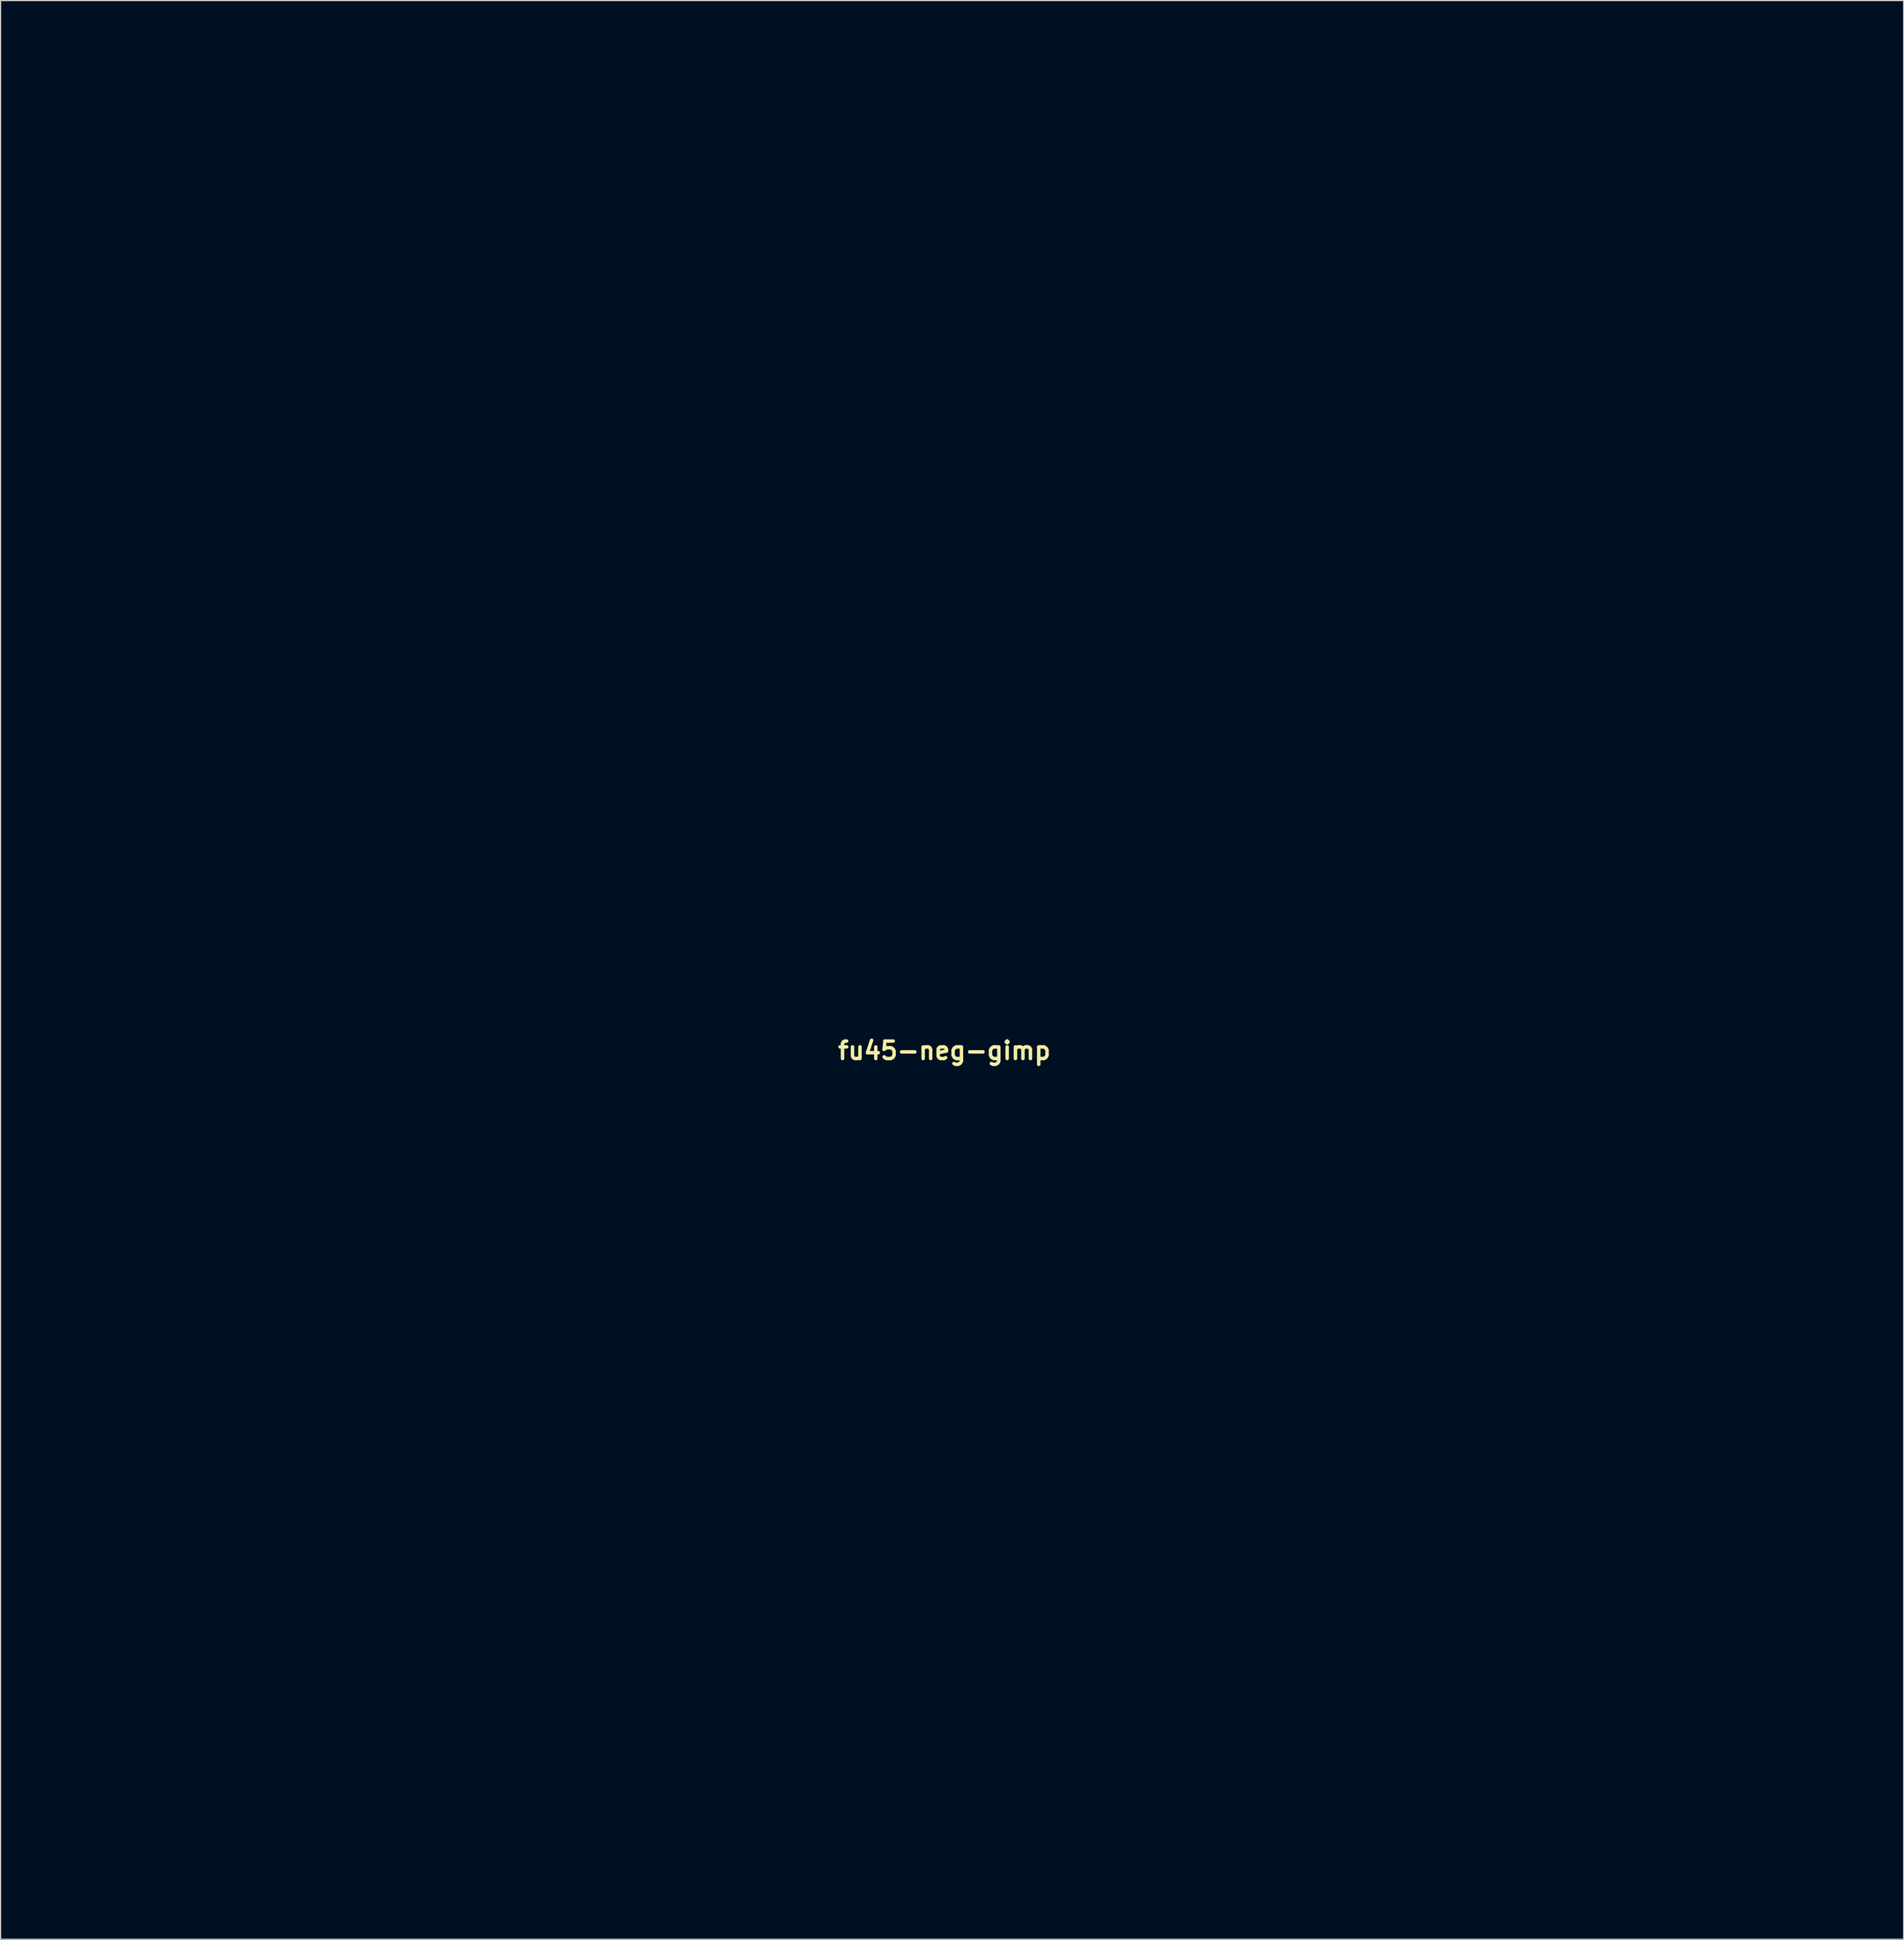
<source format=kicad_pcb>
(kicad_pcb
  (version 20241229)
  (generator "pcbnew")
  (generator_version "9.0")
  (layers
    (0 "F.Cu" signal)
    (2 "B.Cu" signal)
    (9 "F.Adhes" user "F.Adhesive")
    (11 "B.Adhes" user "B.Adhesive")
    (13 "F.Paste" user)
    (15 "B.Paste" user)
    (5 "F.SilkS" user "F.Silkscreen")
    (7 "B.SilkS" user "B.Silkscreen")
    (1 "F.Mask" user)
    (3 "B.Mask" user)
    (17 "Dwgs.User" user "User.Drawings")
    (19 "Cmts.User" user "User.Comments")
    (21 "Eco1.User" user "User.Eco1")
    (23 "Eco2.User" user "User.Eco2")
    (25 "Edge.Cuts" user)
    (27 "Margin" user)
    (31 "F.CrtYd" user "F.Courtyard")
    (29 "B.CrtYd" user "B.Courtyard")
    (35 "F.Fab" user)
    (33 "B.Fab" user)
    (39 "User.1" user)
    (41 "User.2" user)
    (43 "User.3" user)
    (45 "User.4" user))
  (footprint "fu45-neg-gimp"
    (layer "F.Cu")
    (at 79.38 88.645)
    (property "Reference" "fu45-neg-gimp" (at 0 0 0) (layer "F.SilkS") (effects (font (size 1.524 1.524) (thickness 0.3))))
    (attr through_hole)
    (fp_poly (pts (xy -59.744 0.894) (xy -59.923 1.073) (xy -60.101 0.894) (xy -59.923 0.715)) (stroke (width 0) (type solid)) (fill yes) (layer "F.Mask"))
    (fp_poly (pts (xy -59.386 -72.444) (xy -59.565 -72.265) (xy -59.744 -72.444) (xy -59.565 -72.623)) (stroke (width 0) (type solid)) (fill yes) (layer "F.Mask"))
    (fp_poly (pts (xy -56.882 -67.793) (xy -57.061 -67.614) (xy -57.239 -67.793) (xy -57.061 -67.972)) (stroke (width 0) (type solid)) (fill yes) (layer "F.Mask"))
    (fp_poly (pts (xy -56.882 -62.785) (xy -57.061 -62.606) (xy -57.239 -62.785) (xy -57.061 -62.963)) (stroke (width 0) (type solid)) (fill yes) (layer "F.Mask"))
    (fp_poly (pts (xy -51.515 -68.151) (xy -51.694 -67.972) (xy -51.873 -68.151) (xy -51.694 -68.33)) (stroke (width 0) (type solid)) (fill yes) (layer "F.Mask"))
    (fp_poly (pts (xy -44.718 -82.461) (xy -44.897 -82.282) (xy -45.076 -82.461) (xy -44.897 -82.639)) (stroke (width 0) (type solid)) (fill yes) (layer "F.Mask"))
    (fp_poly (pts (xy -38.279 -75.663) (xy -38.458 -75.485) (xy -38.637 -75.663) (xy -38.458 -75.842)) (stroke (width 0) (type solid)) (fill yes) (layer "F.Mask"))
    (fp_poly (pts (xy -34.701 -17.351) (xy -34.88 -17.172) (xy -35.059 -17.351) (xy -34.88 -17.53)) (stroke (width 0) (type solid)) (fill yes) (layer "F.Mask"))
    (fp_poly (pts (xy -20.392 -58.134) (xy -20.57 -57.955) (xy -20.749 -58.134) (xy -20.57 -58.313)) (stroke (width 0) (type solid)) (fill yes) (layer "F.Mask"))
    (fp_poly (pts (xy -19.318 -54.556) (xy -19.497 -54.377) (xy -19.676 -54.556) (xy -19.497 -54.735)) (stroke (width 0) (type solid)) (fill yes) (layer "F.Mask"))
    (fp_poly (pts (xy -9.659 21.286) (xy -9.838 21.465) (xy -10.017 21.286) (xy -9.838 21.107)) (stroke (width 0) (type solid)) (fill yes) (layer "F.Mask"))
    (fp_poly (pts (xy -6.082 -8.049) (xy -6.261 -7.87) (xy -6.439 -8.049) (xy -6.261 -8.228)) (stroke (width 0) (type solid)) (fill yes) (layer "F.Mask"))
    (fp_poly (pts (xy -2.504 -59.923) (xy -2.683 -59.744) (xy -2.862 -59.923) (xy -2.683 -60.101)) (stroke (width 0) (type solid)) (fill yes) (layer "F.Mask"))
    (fp_poly (pts (xy 24.685 -26.294) (xy 24.506 -26.115) (xy 24.327 -26.294) (xy 24.506 -26.473)) (stroke (width 0) (type solid)) (fill yes) (layer "F.Mask"))
    (fp_poly (pts (xy 38.637 30.23) (xy 38.458 30.408) (xy 38.279 30.23) (xy 38.458 30.051)) (stroke (width 0) (type solid)) (fill yes) (layer "F.Mask"))
    (fp_poly (pts (xy 39.71 -14.131) (xy 39.531 -13.952) (xy 39.352 -14.131) (xy 39.531 -14.31)) (stroke (width 0) (type solid)) (fill yes) (layer "F.Mask"))
    (fp_poly (pts (xy 46.507 -10.554) (xy 46.328 -10.375) (xy 46.149 -10.554) (xy 46.328 -10.732)) (stroke (width 0) (type solid)) (fill yes) (layer "F.Mask"))
    (fp_poly (pts (xy 50.442 -23.432) (xy 50.263 -23.254) (xy 50.085 -23.432) (xy 50.263 -23.611)) (stroke (width 0) (type solid)) (fill yes) (layer "F.Mask"))
    (fp_poly (pts (xy 51.873 8.765) (xy 51.694 8.944) (xy 51.515 8.765) (xy 51.694 8.586)) (stroke (width 0) (type solid)) (fill yes) (layer "F.Mask"))
    (fp_poly (pts (xy 55.093 -14.131) (xy 54.914 -13.952) (xy 54.735 -14.131) (xy 54.914 -14.31)) (stroke (width 0) (type solid)) (fill yes) (layer "F.Mask"))
    (fp_poly (pts (xy -69.88 -88.602) (xy -69.929 -88.389) (xy -70.118 -88.363) (xy -70.413 -88.494) (xy -70.357 -88.602) (xy -69.932 -88.645)) (stroke (width 0) (type solid)) (fill yes) (layer "F.Mask"))
    (fp_poly (pts (xy -53.066 -67.853) (xy -53.115 -67.64) (xy -53.304 -67.614) (xy -53.599 -67.745) (xy -53.543 -67.853) (xy -53.118 -67.895)) (stroke (width 0) (type solid)) (fill yes) (layer "F.Mask"))
    (fp_poly (pts (xy -46.984 9.063) (xy -46.941 9.487) (xy -46.984 9.54) (xy -47.197 9.491) (xy -47.223 9.301) (xy -47.092 9.007)) (stroke (width 0) (type solid)) (fill yes) (layer "F.Mask"))
    (fp_poly (pts (xy 18.126 -28.5) (xy 18.169 -28.076) (xy 18.126 -28.023) (xy 17.913 -28.073) (xy 17.887 -28.262) (xy 18.018 -28.556)) (stroke (width 0) (type solid)) (fill yes) (layer "F.Mask"))
    (fp_poly (pts (xy 58.193 -33.151) (xy 58.236 -32.727) (xy 58.193 -32.674) (xy 57.981 -32.723) (xy 57.955 -32.913) (xy 58.086 -33.207)) (stroke (width 0) (type solid)) (fill yes) (layer "F.Mask"))
    (fp_poly (pts (xy 80.731 -59.624) (xy 80.682 -59.412) (xy 80.493 -59.386) (xy 80.198 -59.517) (xy 80.254 -59.624) (xy 80.679 -59.667)) (stroke (width 0) (type solid)) (fill yes) (layer "F.Mask"))
    (fp_poly (pts (xy -20.396 -56.605) (xy -20.392 -56.524) (xy -20.667 -56.18) (xy -20.77 -56.166) (xy -20.984 -56.385) (xy -20.928 -56.524) (xy -20.607 -56.865) (xy -20.549 -56.882)) (stroke (width 0) (type solid)) (fill yes) (layer "F.Mask"))
    (fp_poly (pts (xy 4.64 -59.114) (xy 4.651 -59.028) (xy 4.378 -58.681) (xy 4.293 -58.67) (xy 3.946 -58.943) (xy 3.935 -59.028) (xy 4.207 -59.376) (xy 4.293 -59.386)) (stroke (width 0) (type solid)) (fill yes) (layer "F.Mask"))
    (fp_poly (pts (xy 17.172 0.894) (xy 17.513 1.216) (xy 17.53 1.273) (xy 17.253 1.427) (xy 17.172 1.431) (xy 16.828 1.156) (xy 16.814 1.052) (xy 17.033 0.838)) (stroke (width 0) (type solid)) (fill yes) (layer "F.Mask"))
    (fp_poly (pts (xy 21.461 -54.101) (xy 21.465 -54.02) (xy 21.19 -53.676) (xy 21.086 -53.662) (xy 20.872 -53.881) (xy 20.928 -54.02) (xy 21.25 -54.361) (xy 21.307 -54.377)) (stroke (width 0) (type solid)) (fill yes) (layer "F.Mask"))
    (fp_poly (pts (xy 28.616 49.646) (xy 28.62 49.727) (xy 28.345 50.071) (xy 28.241 50.085) (xy 28.027 49.865) (xy 28.083 49.727) (xy 28.405 49.385) (xy 28.462 49.369)) (stroke (width 0) (type solid)) (fill yes) (layer "F.Mask"))
    (fp_poly (pts (xy -78.386 5.752) (xy -78.15 7.004) (xy -78.012 7.87) (xy -77.736 9.437) (xy -77.341 11.376) (xy -76.893 13.368) (xy -76.682 14.24) (xy -76.306 15.851) (xy -76.068 17.084) (xy -75.967 17.88) (xy -76.004 18.178) (xy -76.178 17.921) (xy -76.489 17.05) (xy -76.69 16.386) (xy -77.676 12.518) (xy -78.346 8.845) (xy -78.528 7.334) (xy -78.642 5.92) (xy -78.647 5.195) (xy -78.557 5.144)) (stroke (width 0) (type solid)) (fill yes) (layer "F.Mask"))
    (fp_poly (pts (xy -79.002 -11.977) (xy -78.953 -10.899) (xy -78.916 -9.319) (xy -78.89 -7.308) (xy -78.88 -4.937) (xy -78.88 -4.74) (xy -78.88 -2.232) (xy -78.884 0.023) (xy -78.89 1.932) (xy -78.898 3.402) (xy -78.908 4.339) (xy -78.918 4.651) (xy -78.974 4.327) (xy -79.077 3.483) (xy -79.19 2.452) (xy -79.285 1.079) (xy -79.348 -0.791) (xy -79.379 -2.981) (xy -79.38 -5.312) (xy -79.352 -7.608) (xy -79.295 -9.689) (xy -79.21 -11.379) (xy -79.12 -12.342) (xy -79.058 -12.482)) (stroke (width 0) (type solid)) (fill yes) (layer "F.Mask"))
    (fp_poly (pts (xy -34.701 -29.693) (xy -42.534 -29.693) (xy -45.13 -29.687) (xy -47.098 -29.666) (xy -48.526 -29.624) (xy -49.502 -29.554) (xy -50.112 -29.45) (xy -50.444 -29.307) (xy -50.583 -29.127) (xy -50.689 -28.505) (xy -50.767 -27.398) (xy -50.8 -26.033) (xy -50.8 -25.907) (xy -50.8 -23.254) (xy -43.198 -23.254) (xy -35.596 -23.255) (xy -35.824 -16.456) (xy -50.83 -16.456) (xy -50.782 -10.285) (xy -50.734 -4.114) (xy -54.709 -4.013) (xy -56.58 -3.988) (xy -57.832 -4.033) (xy -58.56 -4.154) (xy -58.856 -4.36) (xy -58.86 -4.371) (xy -58.895 -4.814) (xy -58.923 -5.899) (xy -58.944 -7.548) (xy -58.959 -9.688) (xy -58.965 -12.244) (xy -58.964 -15.139) (xy -58.954 -18.3) (xy -58.943 -20.57) (xy -58.849 -36.311) (xy -46.775 -36.405) (xy -34.701 -36.5)) (stroke (width 0) (type solid)) (fill yes) (layer "F.Mask"))
    (fp_poly (pts (xy -42.289 4.636) (xy -42.234 6.012) (xy -42.274 6.885) (xy -42.537 7.362) (xy -43.15 7.553) (xy -44.241 7.567) (xy -45.666 7.519) (xy -46.75 7.546) (xy -47.509 7.675) (xy -47.709 7.79) (xy -47.761 8.217) (xy -47.811 9.269) (xy -47.857 10.853) (xy -47.897 12.878) (xy -47.929 15.253) (xy -47.95 17.886) (xy -47.954 18.748) (xy -47.976 22.053) (xy -48.014 24.69) (xy -48.07 26.705) (xy -48.146 28.145) (xy -48.244 29.055) (xy -48.366 29.484) (xy -48.415 29.529) (xy -48.961 29.621) (xy -50.003 29.724) (xy -51.321 29.816) (xy -51.404 29.821) (xy -52.818 29.867) (xy -53.664 29.797) (xy -54.085 29.593) (xy -54.177 29.442) (xy -54.227 28.963) (xy -54.273 27.862) (xy -54.313 26.233) (xy -54.345 24.168) (xy -54.366 21.762) (xy -54.377 19.107) (xy -54.377 18.231) (xy -54.377 7.543) (xy -59.921 7.334) (xy -60.005 5.187) (xy -60.075 3.921) (xy -60.169 2.88) (xy -60.24 2.415) (xy -60.221 1.889) (xy -60.068 1.782) (xy -59.633 1.78) (xy -58.585 1.777) (xy -57.026 1.775) (xy -55.058 1.772) (xy -52.783 1.769) (xy -51.068 1.768) (xy -42.393 1.76)) (stroke (width 0) (type solid)) (fill yes) (layer "F.Mask"))
    (fp_poly (pts (xy 3.512 12.432) (xy 3.478 15.476) (xy 3.443 17.895) (xy 3.4 19.779) (xy 3.343 21.218) (xy 3.263 22.301) (xy 3.154 23.12) (xy 3.009 23.763) (xy 2.82 24.322) (xy 2.581 24.886) (xy 2.519 25.025) (xy 1.17 27.233) (xy -0.621 28.886) (xy -2.825 29.973) (xy -5.416 30.48) (xy -8.367 30.392) (xy -8.486 30.377) (xy -10.514 29.844) (xy -12.447 28.865) (xy -14.023 27.583) (xy -14.441 27.091) (xy -14.985 26.345) (xy -15.42 25.642) (xy -15.759 24.894) (xy -16.013 24.013) (xy -16.196 22.909) (xy -16.32 21.495) (xy -16.397 19.681) (xy -16.44 17.379) (xy -16.461 14.5) (xy -16.467 12.59) (xy -16.498 1.968) (xy -10.33 1.968) (xy -10.363 11.666) (xy -10.359 14.455) (xy -10.33 16.96) (xy -10.279 19.091) (xy -10.208 20.758) (xy -10.121 21.869) (xy -10.043 22.29) (xy -9.286 23.364) (xy -8.09 24.102) (xy -6.672 24.458) (xy -5.247 24.385) (xy -4.031 23.837) (xy -3.791 23.627) (xy -3.576 23.385) (xy -3.405 23.084) (xy -3.272 22.643) (xy -3.172 21.98) (xy -3.098 21.012) (xy -3.043 19.66) (xy -3.003 17.84) (xy -2.969 15.471) (xy -2.938 12.472) (xy -2.936 12.333) (xy -2.831 1.789) (xy 3.625 1.789)) (stroke (width 0) (type solid)) (fill yes) (layer "F.Mask"))
    (fp_poly (pts (xy -24.506 -36.311) (xy -24.327 -24.668) (xy -24.272 -21.288) (xy -24.213 -18.549) (xy -24.138 -16.376) (xy -24.036 -14.694) (xy -23.894 -13.429) (xy -23.702 -12.505) (xy -23.446 -11.849) (xy -23.115 -11.384) (xy -22.697 -11.037) (xy -22.18 -10.732) (xy -22.106 -10.693) (xy -21.083 -10.386) (xy -19.661 -10.249) (xy -18.11 -10.276) (xy -16.697 -10.461) (xy -15.69 -10.797) (xy -15.625 -10.837) (xy -15.139 -11.174) (xy -14.747 -11.534) (xy -14.435 -11.993) (xy -14.194 -12.627) (xy -14.013 -13.512) (xy -13.879 -14.726) (xy -13.782 -16.344) (xy -13.71 -18.442) (xy -13.653 -21.097) (xy -13.599 -24.384) (xy -13.594 -24.685) (xy -13.415 -36.311) (xy -5.545 -36.311) (xy -5.545 -11.985) (xy -6.574 -9.954) (xy -7.324 -8.66) (xy -8.175 -7.464) (xy -8.72 -6.848) (xy -10.739 -5.359) (xy -13.228 -4.24) (xy -16.025 -3.524) (xy -18.972 -3.245) (xy -21.905 -3.437) (xy -23.554 -3.781) (xy -24.678 -4.026) (xy -25.538 -4.111) (xy -25.846 -4.06) (xy -26.065 -4.045) (xy -26.007 -4.179) (xy -26.15 -4.54) (xy -26.779 -4.997) (xy -27.004 -5.113) (xy -29.115 -6.493) (xy -30.736 -8.361) (xy -30.824 -8.501) (xy -31.272 -9.288) (xy -31.636 -10.109) (xy -31.924 -11.046) (xy -32.146 -12.18) (xy -32.309 -13.593) (xy -32.422 -15.367) (xy -32.494 -17.583) (xy -32.534 -20.324) (xy -32.549 -23.67) (xy -32.551 -24.965) (xy -32.555 -36.514)) (stroke (width 0) (type solid)) (fill yes) (layer "F.Mask"))
    (fp_poly (pts (xy 48.059 1.983) (xy 50.097 2.026) (xy 51.832 2.091) (xy 53.121 2.174) (xy 53.759 2.254) (xy 55.411 2.944) (xy 56.848 4.183) (xy 57.895 5.808) (xy 58.104 6.335) (xy 58.449 7.882) (xy 58.621 9.801) (xy 58.616 11.811) (xy 58.433 13.633) (xy 58.156 14.769) (xy 57.233 16.796) (xy 56.037 18.328) (xy 54.476 19.425) (xy 52.454 20.147) (xy 49.878 20.554) (xy 49.039 20.621) (xy 45.454 20.855) (xy 45.355 25.308) (xy 45.255 29.76) (xy 42.448 29.816) (xy 41.111 29.816) (xy 40.081 29.766) (xy 39.541 29.677) (xy 39.505 29.651) (xy 39.474 29.255) (xy 39.444 28.223) (xy 39.416 26.634) (xy 39.392 24.566) (xy 39.371 22.099) (xy 39.355 19.31) (xy 39.345 16.281) (xy 39.344 15.699) (xy 39.338 12.173) (xy 45.486 12.173) (xy 45.499 13.577) (xy 45.547 14.573) (xy 45.605 14.956) (xy 45.868 15.23) (xy 46.478 15.337) (xy 47.586 15.293) (xy 48.134 15.243) (xy 49.459 15.06) (xy 50.574 14.809) (xy 51.162 14.582) (xy 51.773 13.842) (xy 52.211 12.629) (xy 52.432 11.17) (xy 52.388 9.698) (xy 52.262 9.058) (xy 51.906 8.068) (xy 51.361 7.471) (xy 50.376 7) (xy 50.322 6.979) (xy 48.914 6.619) (xy 47.434 6.495) (xy 47.198 6.505) (xy 45.613 6.618) (xy 45.51 10.531) (xy 45.486 12.173) (xy 39.338 12.173) (xy 39.32 1.968) (xy 45.865 1.968)) (stroke (width 0) (type solid)) (fill yes) (layer "F.Mask"))
    (fp_poly (pts (xy -32.437 1.852) (xy -25.163 1.968) (xy -23.761 3.04) (xy -22.881 3.64) (xy -22.204 3.97) (xy -22.001 3.994) (xy -21.819 4.035) (xy -21.88 4.112) (xy -21.869 4.537) (xy -21.6 5.396) (xy -21.24 6.26) (xy -20.365 8.873) (xy -20.106 11.464) (xy -20.371 13.485) (xy -21.003 15.177) (xy -21.935 16.655) (xy -23.022 17.711) (xy -23.469 17.969) (xy -24.114 18.448) (xy -24.327 18.901) (xy -24.177 19.411) (xy -23.767 20.424) (xy -23.157 21.804) (xy -22.403 23.414) (xy -22.228 23.779) (xy -21.219 25.853) (xy -20.503 27.366) (xy -20.08 28.41) (xy -19.95 29.077) (xy -20.115 29.459) (xy -20.575 29.648) (xy -21.33 29.737) (xy -22.268 29.807) (xy -23.574 29.924) (xy -24.573 29.971) (xy -25.347 29.873) (xy -25.975 29.553) (xy -26.539 28.932) (xy -27.119 27.936) (xy -27.795 26.487) (xy -28.647 24.507) (xy -29.22 23.164) (xy -29.965 21.546) (xy -30.599 20.502) (xy -31.219 19.922) (xy -31.921 19.694) (xy -32.253 19.676) (xy -33.27 19.676) (xy -33.27 24.517) (xy -33.291 26.643) (xy -33.357 28.13) (xy -33.475 29.051) (xy -33.651 29.48) (xy -33.718 29.524) (xy -34.298 29.627) (xy -35.316 29.716) (xy -36.556 29.782) (xy -37.804 29.817) (xy -38.847 29.815) (xy -39.468 29.766) (xy -39.548 29.735) (xy -39.584 29.354) (xy -39.617 28.335) (xy -39.646 26.756) (xy -39.671 24.696) (xy -39.691 22.232) (xy -39.704 19.443) (xy -39.71 16.406) (xy -39.71 15.655) (xy -39.71 10.852) (xy -33.628 10.852) (xy -33.601 12.338) (xy -33.528 13.548) (xy -33.423 14.308) (xy -33.36 14.467) (xy -32.895 14.58) (xy -31.918 14.622) (xy -30.627 14.587) (xy -30.448 14.577) (xy -29.018 14.455) (xy -28.112 14.271) (xy -27.538 13.966) (xy -27.168 13.567) (xy -26.416 12.007) (xy -26.339 10.276) (xy -26.475 9.652) (xy -26.873 8.676) (xy -27.487 8.045) (xy -28.46 7.69) (xy -29.931 7.542) (xy -30.856 7.524) (xy -33.628 7.513) (xy -33.628 10.852) (xy -39.71 10.852) (xy -39.71 1.736)) (stroke (width 0) (type solid)) (fill yes) (layer "F.Mask"))
    (fp_poly (pts (xy 15.204 -37.113) (xy 18.361 -36.667) (xy 21.104 -35.694) (xy 23.545 -34.154) (xy 23.79 -33.955) (xy 24.812 -32.996) (xy 25.828 -31.851) (xy 26.709 -30.689) (xy 27.326 -29.683) (xy 27.546 -29.021) (xy 27.249 -28.733) (xy 26.469 -28.239) (xy 25.378 -27.627) (xy 24.145 -26.985) (xy 22.941 -26.401) (xy 21.936 -25.964) (xy 21.301 -25.762) (xy 21.243 -25.758) (xy 20.799 -26.043) (xy 20.749 -26.264) (xy 20.487 -26.863) (xy 19.816 -27.704) (xy 18.907 -28.611) (xy 17.931 -29.407) (xy 17.281 -29.815) (xy 16.057 -30.169) (xy 14.503 -30.255) (xy 12.952 -30.08) (xy 11.77 -29.675) (xy 10.683 -28.846) (xy 9.551 -27.644) (xy 8.619 -26.352) (xy 8.227 -25.577) (xy 7.88 -24.184) (xy 7.666 -22.337) (xy 7.59 -20.285) (xy 7.657 -18.278) (xy 7.875 -16.565) (xy 8.01 -16.001) (xy 8.491 -14.747) (xy 9.147 -13.539) (xy 9.871 -12.523) (xy 10.556 -11.844) (xy 11.096 -11.649) (xy 11.181 -11.683) (xy 11.389 -11.687) (xy 11.314 -11.521) (xy 11.362 -11.066) (xy 11.994 -10.667) (xy 13.081 -10.375) (xy 14.492 -10.24) (xy 14.663 -10.237) (xy 16.285 -10.364) (xy 17.629 -10.854) (xy 18.882 -11.808) (xy 20.166 -13.25) (xy 20.948 -14.192) (xy 21.466 -14.651) (xy 21.878 -14.723) (xy 22.312 -14.519) (xy 22.995 -14.122) (xy 24.083 -13.509) (xy 25.356 -12.806) (xy 25.493 -12.731) (xy 27.912 -11.409) (xy 26.873 -9.908) (xy 24.688 -7.32) (xy 22.144 -5.349) (xy 19.249 -3.999) (xy 17.787 -3.585) (xy 15.963 -3.331) (xy 13.82 -3.278) (xy 11.7 -3.421) (xy 10.017 -3.732) (xy 7.004 -4.897) (xy 4.481 -6.578) (xy 2.459 -8.763) (xy 1.428 -10.435) (xy 0.53 -12.296) (xy -0.084 -13.966) (xy -0.463 -15.669) (xy -0.655 -17.629) (xy -0.712 -20.07) (xy -0.712 -20.135) (xy -0.566 -23.425) (xy -0.108 -26.146) (xy 0.682 -28.383) (xy 1.53 -29.833) (xy 1.914 -30.463) (xy 1.871 -30.645) (xy 1.77 -30.6) (xy 1.616 -30.593) (xy 1.887 -30.961) (xy 2.479 -31.599) (xy 3.283 -32.401) (xy 4.196 -33.264) (xy 5.111 -34.082) (xy 5.923 -34.751) (xy 6.086 -34.875) (xy 8.345 -36.122) (xy 11.049 -36.888) (xy 14.095 -37.146)) (stroke (width 0) (type solid)) (fill yes) (layer "F.Mask"))
    (fp_poly (pts (xy 32.913 15.729) (xy 32.906 18.813) (xy 32.887 21.662) (xy 32.857 24.2) (xy 32.818 26.35) (xy 32.771 28.036) (xy 32.718 29.179) (xy 32.66 29.704) (xy 32.644 29.729) (xy 31.46 29.835) (xy 30.162 29.873) (xy 29.05 29.842) (xy 28.519 29.77) (xy 28.303 29.693) (xy 28.136 29.535) (xy 28.016 29.214) (xy 27.937 28.648) (xy 27.895 27.756) (xy 27.886 26.456) (xy 27.905 24.667) (xy 27.949 22.306) (xy 27.995 20.067) (xy 28.04 17.466) (xy 28.059 15.273) (xy 28.052 13.551) (xy 28.02 12.362) (xy 27.964 11.768) (xy 27.891 11.806) (xy 27.701 12.619) (xy 27.399 13.959) (xy 27.023 15.651) (xy 26.611 17.522) (xy 26.531 17.887) (xy 25.983 20.367) (xy 25.495 22.492) (xy 24.999 24.543) (xy 24.428 26.803) (xy 23.938 28.691) (xy 23.593 30.015) (xy 21.051 29.866) (xy 19.773 29.769) (xy 18.802 29.653) (xy 18.334 29.541) (xy 18.324 29.534) (xy 18.171 29.114) (xy 17.944 28.188) (xy 17.692 26.954) (xy 17.687 26.928) (xy 17.388 25.475) (xy 16.972 23.638) (xy 16.509 21.727) (xy 16.306 20.928) (xy 15.829 18.978) (xy 15.355 16.865) (xy 14.963 14.947) (xy 14.854 14.349) (xy 14.588 12.958) (xy 14.337 11.853) (xy 14.141 11.212) (xy 14.092 11.129) (xy 14.038 11.411) (xy 14.007 12.318) (xy 13.998 13.759) (xy 14.012 15.642) (xy 14.048 17.879) (xy 14.103 20.282) (xy 14.35 29.653) (xy 13.167 29.848) (xy 11.915 29.967) (xy 10.614 29.958) (xy 9.489 29.836) (xy 8.766 29.618) (xy 8.643 29.514) (xy 8.589 29.087) (xy 8.54 28.025) (xy 8.496 26.408) (xy 8.459 24.318) (xy 8.431 21.833) (xy 8.412 19.035) (xy 8.405 16.005) (xy 8.405 15.562) (xy 8.407 1.968) (xy 12.771 1.867) (xy 17.135 1.767) (xy 17.375 3.119) (xy 17.537 3.921) (xy 17.831 5.269) (xy 18.223 7.011) (xy 18.679 8.999) (xy 19 10.375) (xy 19.461 12.388) (xy 19.858 14.204) (xy 20.162 15.691) (xy 20.346 16.712) (xy 20.388 17.082) (xy 20.513 17.711) (xy 20.716 17.887) (xy 20.893 18.177) (xy 20.842 18.692) (xy 20.775 19.225) (xy 20.882 19.282) (xy 21.065 18.85) (xy 21.364 17.85) (xy 21.748 16.414) (xy 22.184 14.674) (xy 22.643 12.761) (xy 23.092 10.807) (xy 23.5 8.946) (xy 23.836 7.307) (xy 24.068 6.024) (xy 24.124 5.644) (xy 24.303 4.744) (xy 24.441 4.293) (xy 24.648 3.519) (xy 24.756 2.862) (xy 24.826 2.474) (xy 25.008 2.215) (xy 25.43 2.054) (xy 26.217 1.961) (xy 27.496 1.904) (xy 28.888 1.866) (xy 32.913 1.765)) (stroke (width 0) (type solid)) (fill yes) (layer "F.Mask"))
    (fp_poly (pts (xy 55.875 -36.464) (xy 57.331 -36.393) (xy 58.364 -36.287) (xy 58.832 -36.156) (xy 58.841 -36.146) (xy 58.675 -35.79) (xy 58.088 -34.999) (xy 57.151 -33.861) (xy 55.933 -32.459) (xy 54.507 -30.881) (xy 54.331 -30.69) (xy 52.822 -29.055) (xy 51.442 -27.558) (xy 50.281 -26.295) (xy 49.425 -25.361) (xy 48.963 -24.853) (xy 48.954 -24.842) (xy 48.57 -24.346) (xy 48.538 -23.924) (xy 48.892 -23.318) (xy 49.22 -22.874) (xy 49.936 -21.809) (xy 50.712 -20.495) (xy 51.054 -19.855) (xy 51.597 -18.841) (xy 52.035 -18.115) (xy 52.215 -17.887) (xy 52.564 -17.43) (xy 52.693 -17.172) (xy 53.001 -16.571) (xy 53.538 -15.618) (xy 53.919 -14.97) (xy 54.611 -13.796) (xy 55.471 -12.32) (xy 56.312 -10.859) (xy 56.314 -10.856) (xy 57 -9.679) (xy 57.559 -8.761) (xy 57.891 -8.265) (xy 57.924 -8.228) (xy 58.194 -7.838) (xy 58.677 -7.011) (xy 59.14 -6.168) (xy 59.685 -5.066) (xy 59.867 -4.429) (xy 59.718 -4.129) (xy 59.655 -4.099) (xy 59.115 -4.032) (xy 58.026 -3.994) (xy 56.553 -3.989) (xy 55.084 -4.012) (xy 51.006 -4.114) (xy 50.194 -5.366) (xy 49.611 -6.242) (xy 49.164 -6.877) (xy 49.087 -6.976) (xy 48.745 -7.576) (xy 48.71 -7.692) (xy 48.589 -7.987) (xy 48.277 -8.581) (xy 47.74 -9.539) (xy 46.942 -10.921) (xy 45.846 -12.791) (xy 44.422 -15.204) (xy 43.749 -16.291) (xy 43.191 -17.102) (xy 42.865 -17.468) (xy 42.86 -17.471) (xy 42.726 -17.828) (xy 42.792 -18.007) (xy 42.67 -17.956) (xy 42.157 -17.472) (xy 41.347 -16.646) (xy 40.857 -16.131) (xy 38.698 -13.838) (xy 38.451 -10.225) (xy 38.353 -8.591) (xy 38.29 -7.143) (xy 38.27 -6.083) (xy 38.282 -5.721) (xy 38.332 -4.925) (xy 38.238 -4.41) (xy 37.877 -4.114) (xy 37.126 -3.977) (xy 35.863 -3.937) (xy 34.69 -3.935) (xy 32.849 -3.969) (xy 31.654 -4.075) (xy 31.039 -4.261) (xy 30.93 -4.382) (xy 30.896 -4.824) (xy 30.869 -5.905) (xy 30.848 -7.553) (xy 30.835 -9.691) (xy 30.828 -12.244) (xy 30.83 -15.138) (xy 30.84 -18.298) (xy 30.852 -20.57) (xy 30.945 -36.311) (xy 34.312 -36.415) (xy 36.084 -36.425) (xy 37.353 -36.339) (xy 38.024 -36.163) (xy 38.068 -36.128) (xy 38.235 -35.604) (xy 38.37 -34.45) (xy 38.466 -32.752) (xy 38.515 -30.658) (xy 38.541 -28.342) (xy 38.575 -26.671) (xy 38.643 -25.575) (xy 38.772 -24.983) (xy 38.986 -24.824) (xy 39.313 -25.028) (xy 39.777 -25.525) (xy 40.217 -26.031) (xy 41.127 -27.065) (xy 42.314 -28.402) (xy 43.573 -29.815) (xy 44.072 -30.373) (xy 45.062 -31.524) (xy 45.813 -32.49) (xy 46.233 -33.145) (xy 46.282 -33.346) (xy 46.31 -33.574) (xy 46.391 -33.563) (xy 46.78 -33.753) (xy 47.485 -34.333) (xy 48.164 -34.985) (xy 49.643 -36.49) (xy 54.135 -36.49)) (stroke (width 0) (type solid)) (fill yes) (layer "F.Mask"))
    (fp_poly (pts (xy 2.087 -84.127) (xy 4.334 -84.092) (xy 6.186 -84.02) (xy 7.803 -83.899) (xy 9.344 -83.72) (xy 10.969 -83.471) (xy 12.342 -83.231) (xy 17.023 -82.281) (xy 21.461 -81.178) (xy 25.541 -79.955) (xy 29.15 -78.648) (xy 32.174 -77.29) (xy 32.551 -77.095) (xy 33.244 -76.737) (xy 34.396 -76.153) (xy 35.824 -75.434) (xy 36.848 -74.921) (xy 38.395 -74.122) (xy 39.816 -73.339) (xy 40.915 -72.684) (xy 41.353 -72.386) (xy 42.124 -71.848) (xy 42.647 -71.563) (xy 42.71 -71.549) (xy 43.198 -71.324) (xy 44.125 -70.701) (xy 45.395 -69.756) (xy 46.913 -68.569) (xy 48.583 -67.216) (xy 50.311 -65.776) (xy 52 -64.326) (xy 53.555 -62.944) (xy 54.881 -61.707) (xy 55.295 -61.3) (xy 56.525 -60.039) (xy 57.853 -58.62) (xy 59.169 -57.169) (xy 60.361 -55.812) (xy 61.317 -54.673) (xy 61.927 -53.879) (xy 62.038 -53.703) (xy 62.439 -53.119) (xy 62.609 -52.946) (xy 63.181 -52.342) (xy 64.014 -51.218) (xy 65.038 -49.688) (xy 66.182 -47.866) (xy 67.375 -45.864) (xy 68.547 -43.798) (xy 69.627 -41.781) (xy 69.953 -41.141) (xy 72.049 -36.737) (xy 73.781 -32.544) (xy 75.217 -28.352) (xy 76.427 -23.952) (xy 77.478 -19.134) (xy 77.879 -16.993) (xy 78.16 -14.903) (xy 78.368 -12.267) (xy 78.503 -9.248) (xy 78.565 -6.009) (xy 78.554 -2.712) (xy 78.471 0.479) (xy 78.315 3.401) (xy 78.087 5.893) (xy 77.877 7.334) (xy 76.799 12.686) (xy 75.585 17.508) (xy 74.177 21.978) (xy 72.519 26.277) (xy 70.551 30.585) (xy 70.145 31.404) (xy 69.433 32.888) (xy 68.888 34.149) (xy 68.566 35.046) (xy 68.516 35.428) (xy 68.441 35.736) (xy 68.24 35.775) (xy 67.827 36.056) (xy 67.166 36.802) (xy 66.383 37.869) (xy 66.169 38.189) (xy 61.69 44.466) (xy 56.894 50.101) (xy 51.78 55.097) (xy 46.347 59.454) (xy 43.187 61.601) (xy 42.149 62.239) (xy 40.804 63.031) (xy 39.285 63.903) (xy 37.723 64.782) (xy 36.25 65.595) (xy 34.998 66.267) (xy 34.098 66.726) (xy 33.682 66.899) (xy 33.681 66.899) (xy 33.238 67.045) (xy 32.345 67.428) (xy 31.193 67.966) (xy 31.154 67.985) (xy 28.06 69.311) (xy 24.41 70.584) (xy 20.363 71.758) (xy 16.078 72.788) (xy 11.716 73.632) (xy 10.017 73.901) (xy 7.586 74.181) (xy 4.677 74.389) (xy 1.526 74.517) (xy -1.634 74.559) (xy -4.566 74.509) (xy -6.976 74.367) (xy -8.772 74.175) (xy -10.817 73.911) (xy -12.929 73.602) (xy -14.924 73.277) (xy -16.623 72.965) (xy -17.841 72.694) (xy -18.066 72.631) (xy -18.923 72.384) (xy -20.22 72.023) (xy -21.704 71.62) (xy -22.001 71.54) (xy -26.209 70.271) (xy -30.13 68.811) (xy -32.1 67.944) (xy -33.237 67.422) (xy -34.095 67.047) (xy -34.494 66.899) (xy -34.497 66.899) (xy -34.866 66.728) (xy -35.67 66.279) (xy -36.736 65.65) (xy -36.741 65.647) (xy -37.866 65.01) (xy -38.794 64.56) (xy -39.309 64.395) (xy -39.85 64.197) (xy -40.741 63.686) (xy -41.546 63.142) (xy -42.512 62.476) (xy -43.244 62.021) (xy -43.537 61.89) (xy -44.022 61.679) (xy -44.935 61.105) (xy -46.15 60.255) (xy -47.541 59.217) (xy -48.691 58.314) (xy -49.958 57.296) (xy -51.239 56.265) (xy -52.117 55.558) (xy -54.799 53.177) (xy -57.636 50.26) (xy -58.876 48.832) (xy -30.11 48.832) (xy -27.934 50.365) (xy -26.881 51.159) (xy -26.108 51.839) (xy -25.763 52.276) (xy -25.758 52.309) (xy -25.849 52.855) (xy -26.086 53.849) (xy -26.344 54.811) (xy -26.623 55.945) (xy -26.756 56.782) (xy -26.729 57.103) (xy -26.367 57.005) (xy -25.606 56.557) (xy -24.608 55.854) (xy -24.558 55.816) (xy -22.587 54.329) (xy -21.579 54.971) (xy -20.837 55.467) (xy -20.403 55.8) (xy -20.392 55.813) (xy -19.889 56.267) (xy -19.177 56.806) (xy -18.488 57.267) (xy -18.055 57.486) (xy -18.011 57.482) (xy -18.052 57.106) (xy -18.284 56.254) (xy -18.602 55.275) (xy -18.986 54.058) (xy -19.246 53.044) (xy -19.318 52.556) (xy -19.028 52.018) (xy -18.239 51.241) (xy -17.115 50.376) (xy -14.913 48.832) (xy -6.53 48.832) (xy -4.364 50.511) (xy -2.199 52.189) (xy -2.844 54.319) (xy -3.223 55.508) (xy -3.554 56.437) (xy -3.733 56.845) (xy -3.829 57.208) (xy -3.397 57.12) (xy -2.459 56.589) (xy -1.296 55.808) (xy -0.271 55.1) (xy 0.494 54.588) (xy 0.842 54.378) (xy 0.846 54.377) (xy 1.159 54.574) (xy 1.886 55.09) (xy 2.866 55.811) (xy 3.873 56.495) (xy 4.665 56.908) (xy 5.072 56.962) (xy 5.072 56.961) (xy 5.11 56.498) (xy 4.912 55.6) (xy 4.645 54.808) (xy 4.251 53.655) (xy 4.002 52.701) (xy 3.955 52.317) (xy 4.258 51.807) (xy 5.052 51.078) (xy 6.191 50.263) (xy 8.407 48.832) (xy 5.459 48.729) (xy 4.255 48.677) (xy 16.635 48.677) (xy 17.458 49.363) (xy 18.239 49.798) (xy 18.889 49.854) (xy 19.264 49.776) (xy 19.018 50.002) (xy 18.85 50.311) (xy 19.21 50.726) (xy 19.823 51.138) (xy 20.617 51.687) (xy 21.068 52.113) (xy 21.107 52.204) (xy 20.998 52.664) (xy 20.716 53.583) (xy 20.392 54.556) (xy 19.901 56.055) (xy 19.721 56.928) (xy 19.91 57.216) (xy 20.523 56.958) (xy 21.617 56.196) (xy 22.131 55.812) (xy 23.167 55.065) (xy 23.92 54.705) (xy 24.6 54.748) (xy 25.415 55.209) (xy 26.574 56.102) (xy 26.612 56.132) (xy 27.679 56.936) (xy 28.314 57.257) (xy 28.554 57.052) (xy 28.435 56.279) (xy 27.993 54.896) (xy 27.904 54.642) (xy 27.522 53.507) (xy 27.263 52.64) (xy 27.189 52.289) (xy 27.462 51.924) (xy 28.162 51.342) (xy 28.709 50.955) (xy 30.095 50.019) (xy 30.89 49.405) (xy 31.095 49.035) (xy 30.711 48.833) (xy 29.739 48.719) (xy 28.75 48.654) (xy 25.937 48.475) (xy 25.005 45.804) (xy 24.073 43.133) (xy 22.434 48.654) (xy 16.635 48.677) (xy 4.255 48.677) (xy 4.01 48.667) (xy 3.122 48.572) (xy 2.641 48.393) (xy 2.412 48.075) (xy 2.299 47.655) (xy 2.003 46.509) (xy 1.63 45.341) (xy 1.249 44.331) (xy 0.926 43.661) (xy 0.74 43.502) (xy 0.542 43.92) (xy 0.21 44.83) (xy -0.186 46.038) (xy -0.201 46.087) (xy -0.944 48.475) (xy -6.53 48.832) (xy -14.913 48.832) (xy -17.82 48.729) (xy -20.728 48.625) (xy -21.584 45.911) (xy -22.005 44.702) (xy -22.372 43.868) (xy -22.625 43.544) (xy -22.67 43.569) (xy -22.887 44.082) (xy -23.232 45.066) (xy -23.623 46.283) (xy -24.347 48.625) (xy -30.11 48.832) (xy -58.876 48.832) (xy -60.522 46.937) (xy -63.349 43.337) (xy -66.01 39.59) (xy -68.398 35.825) (xy -68.41 35.806) (xy -69.618 33.664) (xy -70.86 31.27) (xy -72.077 28.76) (xy -73.209 26.268) (xy -74.194 23.929) (xy -74.973 21.877) (xy -75.486 20.248) (xy -75.619 19.665) (xy -75.709 19.06) (xy -75.672 18.889) (xy -75.484 19.201) (xy -75.122 20.045) (xy -74.561 21.469) (xy -73.879 23.254) (xy -73.153 25.069) (xy -72.241 27.201) (xy -71.285 29.327) (xy -70.732 30.498) (xy -68.874 34.344) (xy 67.91 34.344) (xy 69.154 32.108) (xy 70.423 29.606) (xy 71.752 26.605) (xy 73.067 23.305) (xy 74.293 19.908) (xy 75.356 16.616) (xy 76.181 13.631) (xy 76.513 12.163) (xy 77.279 7.424) (xy 77.778 2.239) (xy 78.004 -3.171) (xy 77.952 -8.586) (xy 77.616 -13.784) (xy 77.26 -16.824) (xy 76.281 -22.172) (xy 74.866 -27.596) (xy 73.083 -32.875) (xy 71.004 -37.788) (xy 69.954 -39.889) (xy 68.82 -42.035) (xy -69.523 -42.035) (xy -70.496 -40.153) (xy -71.078 -39.057) (xy -71.569 -38.188) (xy -71.797 -37.828) (xy -72.086 -37.272) (xy -72.552 -36.196) (xy -73.135 -34.752) (xy -73.776 -33.095) (xy -74.414 -31.379) (xy -74.991 -29.758) (xy -75.43 -28.441) (xy -75.83 -27.045) (xy -76.319 -25.143) (xy -76.852 -22.929) (xy -77.382 -20.6) (xy -77.866 -18.35) (xy -78.255 -16.377) (xy -78.306 -16.099) (xy -78.661 -14.131) (xy -78.483 -16.635) (xy -78.211 -18.82) (xy -77.699 -21.484) (xy -76.994 -24.451) (xy -76.144 -27.547) (xy -75.197 -30.595) (xy -74.202 -33.42) (xy -73.221 -35.815) (xy -70.816 -40.902) (xy -68.418 -45.413) (xy -65.93 -49.478) (xy -63.257 -53.23) (xy -60.304 -56.8) (xy -56.976 -60.319) (xy -56.734 -60.549) (xy -28.977 -60.549) (xy -28.712 -60.036) (xy -28.112 -59.453) (xy -27.477 -59.067) (xy -27.287 -59.028) (xy -26.407 -58.732) (xy -25.898 -57.917) (xy -25.788 -56.693) (xy -26.107 -55.169) (xy -26.196 -54.914) (xy -26.561 -53.673) (xy -26.547 -52.99) (xy -26.167 -52.887) (xy -25.454 -53.368) (xy -24.747 -54.023) (xy -24.288 -54.507) (xy -24.267 -54.535) (xy -23.53 -54.982) (xy -22.438 -54.909) (xy -21.102 -54.334) (xy -20.381 -53.867) (xy -19.389 -53.233) (xy -18.676 -52.929) (xy -18.411 -52.967) (xy -18.425 -53.474) (xy -18.711 -54.356) (xy -18.933 -54.858) (xy -19.377 -55.87) (xy -19.642 -56.663) (xy -19.676 -56.877) (xy -19.425 -57.552) (xy -18.848 -58.241) (xy -18.213 -58.648) (xy -18.066 -58.67) (xy -17.474 -58.924) (xy -16.917 -59.506) (xy -16.608 -60.147) (xy -16.643 -60.472) (xy -16.804 -60.546) (xy -5.366 -60.546) (xy -5.113 -60.132) (xy -4.455 -59.44) (xy -3.742 -58.797) (xy -2.118 -57.418) (xy -2.665 -55.63) (xy -3.056 -54.279) (xy -3.194 -53.495) (xy -3.06 -53.172) (xy -2.634 -53.2) (xy -2.258 -53.33) (xy -1.358 -53.851) (xy -0.807 -54.394) (xy -0.016 -54.969) (xy 1.026 -55.031) (xy 2.077 -54.581) (xy 2.336 -54.368) (xy 3.16 -53.775) (xy 3.949 -53.488) (xy 4.504 -53.55) (xy 4.651 -53.849) (xy 4.541 -54.472) (xy 4.264 -55.47) (xy 4.097 -55.982) (xy 3.76 -57.288) (xy 3.834 -58.049) (xy 4.325 -58.312) (xy 4.37 -58.313) (xy 4.876 -58.515) (xy 5.679 -59.022) (xy 6.002 -59.258) (xy 6.738 -59.868) (xy 6.948 -60.234) (xy 6.707 -60.502) (xy 6.65 -60.534) (xy 6.477 -60.585) (xy 17.775 -60.585) (xy 17.839 -60.219) (xy 18.343 -59.665) (xy 19.104 -59.085) (xy 19.94 -58.643) (xy 19.954 -58.638) (xy 20.73 -58.125) (xy 21.039 -57.294) (xy 20.912 -56.026) (xy 20.778 -55.485) (xy 20.367 -53.93) (xy 20.187 -53.006) (xy 20.277 -52.655) (xy 20.676 -52.818) (xy 21.422 -53.438) (xy 21.87 -53.841) (xy 23.241 -54.798) (xy 24.477 -55.093) (xy 25.536 -54.72) (xy 26.007 -54.255) (xy 26.782 -53.474) (xy 27.464 -52.991) (xy 27.993 -52.783) (xy 28.234 -52.937) (xy 28.191 -53.539) (xy 27.869 -54.672) (xy 27.584 -55.522) (xy 26.905 -57.494) (xy 28.834 -58.887) (xy 29.814 -59.639) (xy 30.509 -60.255) (xy 30.764 -60.595) (xy 30.449 -60.736) (xy 29.642 -60.745) (xy 29.067 -60.689) (xy 27.47 -60.634) (xy 26.36 -61.015) (xy 25.602 -61.921) (xy 25.114 -63.232) (xy 24.751 -64.27) (xy 24.37 -64.952) (xy 24.149 -65.11) (xy 23.829 -64.793) (xy 23.437 -63.967) (xy 23.103 -62.963) (xy 22.501 -60.817) (xy 20.254 -60.817) (xy 19.046 -60.783) (xy 18.143 -60.693) (xy 17.775 -60.585) (xy 6.477 -60.585) (xy 5.808 -60.78) (xy 5.265 -60.801) (xy 3.933 -60.727) (xy 3.085 -60.854) (xy 2.544 -61.31) (xy 2.13 -62.228) (xy 1.786 -63.331) (xy 1.384 -64.514) (xy 1.009 -65.337) (xy 0.733 -65.647) (xy 0.702 -65.638) (xy 0.43 -65.205) (xy 0.07 -64.297) (xy -0.217 -63.392) (xy -0.66 -61.959) (xy -1.077 -61.097) (xy -1.615 -60.684) (xy -2.42 -60.597) (xy -3.441 -60.689) (xy -4.669 -60.769) (xy -5.297 -60.658) (xy -5.366 -60.546) (xy -16.804 -60.546) (xy -17.177 -60.715) (xy -18.339 -60.702) (xy -18.774 -60.655) (xy -19.873 -60.541) (xy -20.481 -60.605) (xy -20.816 -60.92) (xy -21.043 -61.424) (xy -21.427 -62.534) (xy -21.666 -63.396) (xy -22.009 -64.271) (xy -22.388 -64.776) (xy -22.798 -64.94) (xy -23.124 -64.531) (xy -23.248 -64.231) (xy -23.521 -63.297) (xy -23.611 -62.651) (xy -23.834 -61.628) (xy -24.547 -60.996) (xy -25.813 -60.717) (xy -26.802 -60.699) (xy -27.943 -60.7) (xy -28.73 -60.639) (xy -28.977 -60.549) (xy -56.734 -60.549) (xy -53.177 -63.92) (xy -52.251 -64.752) (xy -51.044 -65.829) (xy -49.976 -66.788) (xy -49.202 -67.488) (xy -48.968 -67.704) (xy -48.346 -68.18) (xy -47.982 -68.33) (xy -47.524 -68.575) (xy -47.177 -68.922) (xy -46.511 -69.508) (xy -45.317 -70.348) (xy -43.708 -71.378) (xy -41.797 -72.535) (xy -39.696 -73.754) (xy -37.52 -74.973) (xy -35.381 -76.127) (xy -33.392 -77.153) (xy -31.667 -77.988) (xy -30.318 -78.568) (xy -29.589 -78.805) (xy -28.934 -78.996) (xy -27.784 -79.371) (xy -26.32 -79.87) (xy -25.139 -80.285) (xy -23.513 -80.804) (xy -21.397 -81.394) (xy -19.006 -81.998) (xy -16.555 -82.561) (xy -15.122 -82.862) (xy -13.02 -83.278) (xy -11.312 -83.592) (xy -9.836 -83.819) (xy -8.43 -83.972) (xy -6.933 -84.066) (xy -5.182 -84.115) (xy -3.016 -84.134) (xy -0.715 -84.136)) (stroke (width 0) (type solid)) (fill yes) (layer "F.Mask")))
  (gr_rect
    (start -3 -3)
    (end 163.112 166.204)
    (stroke (width 0.1) (type default))
    (fill no)
    (layer "Edge.Cuts")))
</source>
